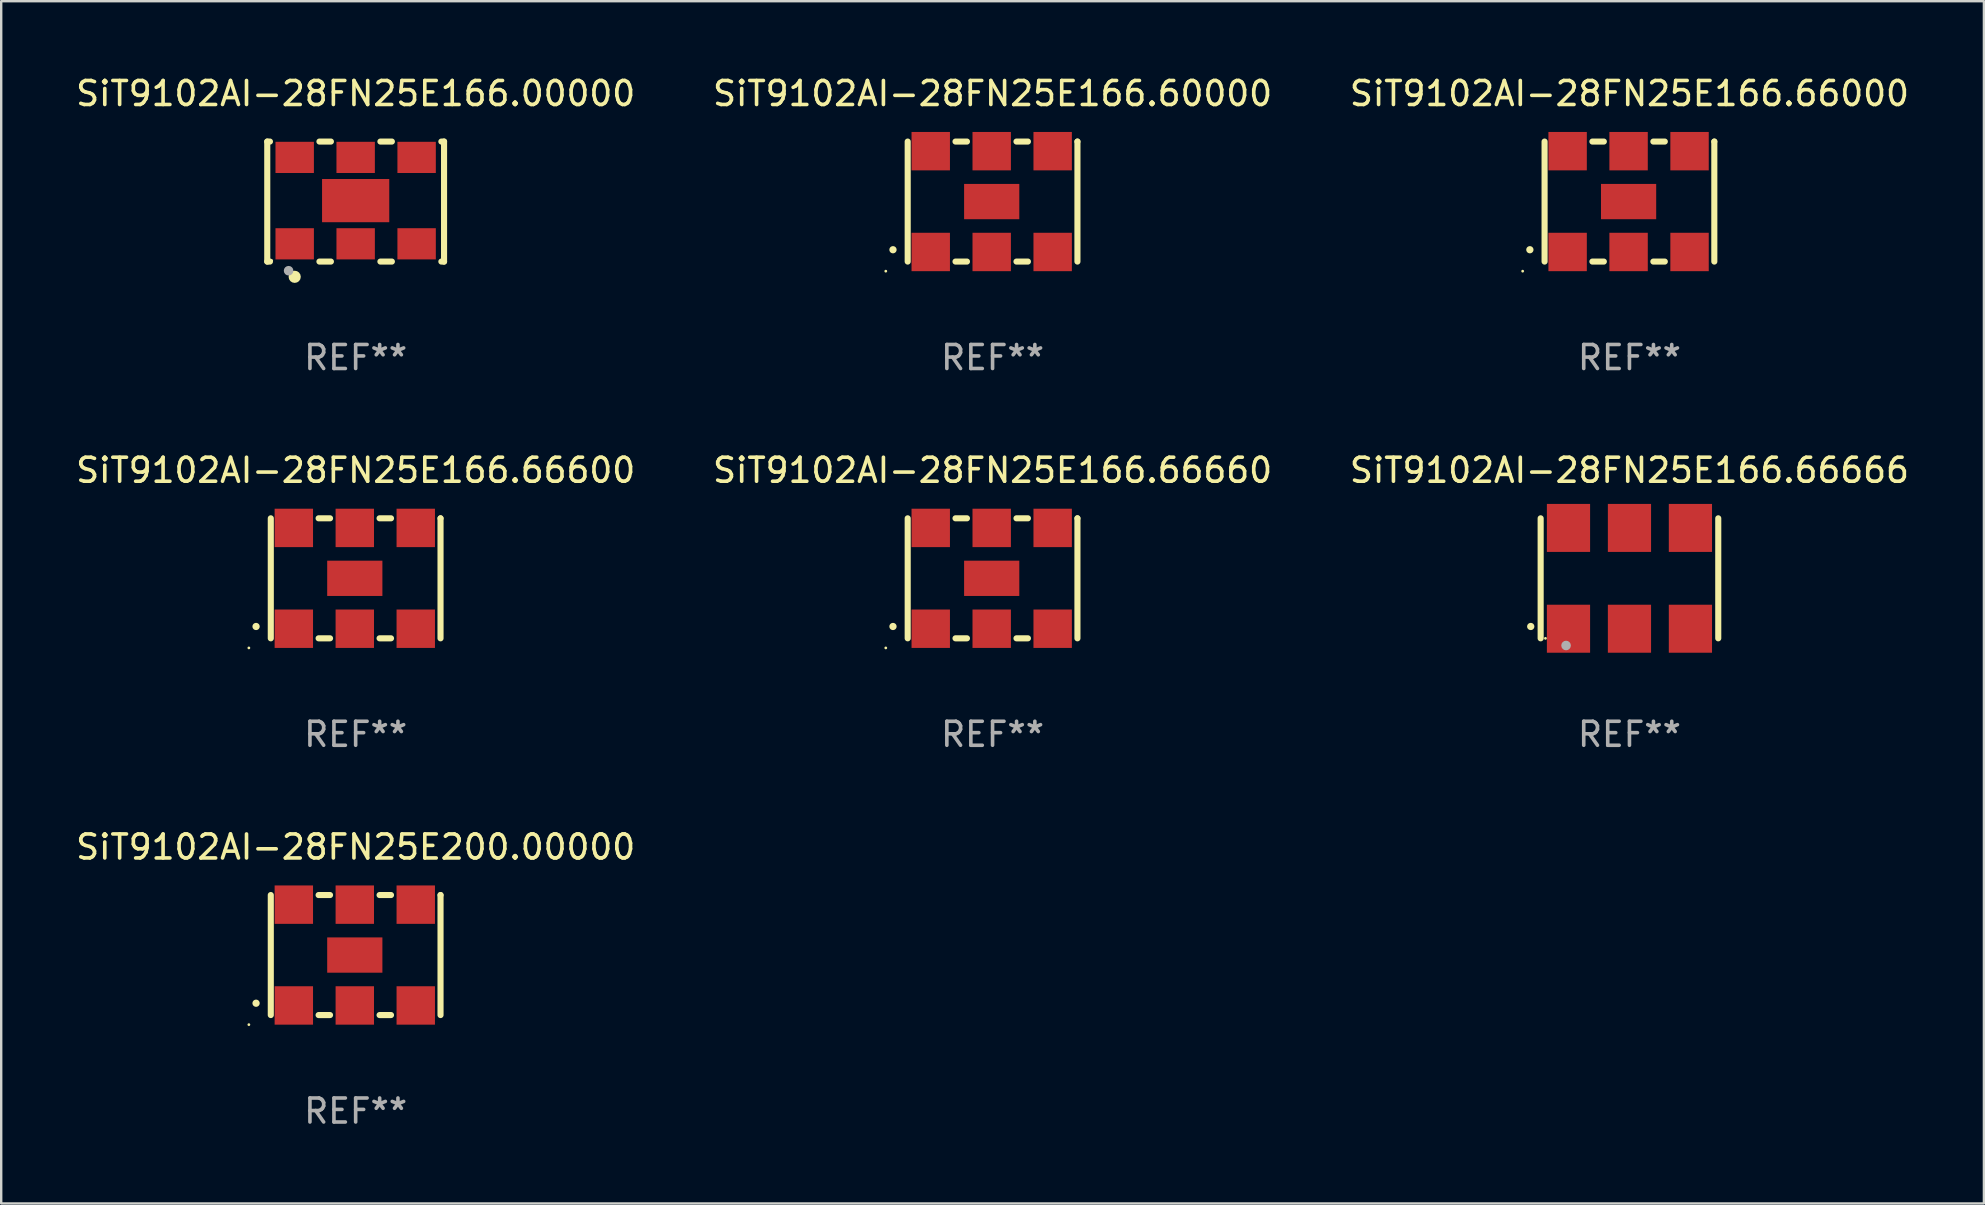
<source format=kicad_pcb>
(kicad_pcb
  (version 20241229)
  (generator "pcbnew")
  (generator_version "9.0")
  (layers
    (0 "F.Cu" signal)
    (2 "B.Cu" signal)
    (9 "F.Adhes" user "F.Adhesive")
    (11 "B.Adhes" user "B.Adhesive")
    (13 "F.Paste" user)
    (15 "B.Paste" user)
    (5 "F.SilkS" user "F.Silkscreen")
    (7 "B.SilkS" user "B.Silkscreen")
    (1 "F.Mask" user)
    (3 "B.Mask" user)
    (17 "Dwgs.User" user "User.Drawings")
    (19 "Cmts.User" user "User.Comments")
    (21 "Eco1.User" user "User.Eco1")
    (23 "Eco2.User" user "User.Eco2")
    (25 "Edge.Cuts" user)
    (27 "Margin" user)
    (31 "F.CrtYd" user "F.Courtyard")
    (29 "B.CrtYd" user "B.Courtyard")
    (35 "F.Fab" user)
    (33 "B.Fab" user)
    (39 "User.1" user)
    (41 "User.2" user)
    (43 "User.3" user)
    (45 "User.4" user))
  (footprint "SiT9102AI-28FN25E166.66660"
    (layer "F.Cu")
    (at 38.304 21.045)
    (property "Reference" "SiT9102AI-28FN25E166.66660" (at 0 -4.5 0) (layer "F.SilkS") (effects (font (size 1 1) (thickness 0.15))))
    (attr through_hole)
    (fp_line (start -3.536 -2.5) (end -3.536 2.5) (stroke (width 0.254) (type solid)) (layer "F.SilkS"))
    (fp_line (start -1.544 2.5) (end -1.067 2.5) (stroke (width 0.254) (type solid)) (layer "F.SilkS"))
    (fp_line (start -1.067 -2.5) (end -1.544 -2.5) (stroke (width 0.254) (type solid)) (layer "F.SilkS"))
    (fp_line (start 0.996 2.5) (end 1.473 2.5) (stroke (width 0.254) (type solid)) (layer "F.SilkS"))
    (fp_line (start 1.473 -2.5) (end 0.996 -2.5) (stroke (width 0.254) (type solid)) (layer "F.SilkS"))
    (fp_line (start 3.536 -2.5) (end 3.536 -2.5) (stroke (width 0.254) (type solid)) (layer "F.SilkS"))
    (fp_line (start 3.536 2.5) (end 3.536 -2.5) (stroke (width 0.254) (type solid)) (layer "F.SilkS"))
    (fp_arc (start -4.150432 2.006604) (mid -4.149162 2.006599) (end -4.147892 2.006604) (stroke (width 0.3) (type solid)) (layer "F.SilkS"))
    (fp_circle (center -4.449 2.9) (end -4.419 2.9) (stroke (width 0.06) (type solid)) (fill no) (layer "F.SilkS"))
    (fp_text user "REF**" (at 0 6.5 0) (layer "F.Fab") (effects (font (size 1 1) (thickness 0.15))))
    (pad "1" smd rect (at -2.576 2.1) (size 1.6 1.6) (layers "F.Cu" "F.Mask" "F.Paste"))
    (pad "2" smd rect (at -0.036 2.1) (size 1.6 1.6) (layers "F.Cu" "F.Mask" "F.Paste"))
    (pad "3" smd rect (at 2.504 2.1) (size 1.6 1.6) (layers "F.Cu" "F.Mask" "F.Paste"))
    (pad "4" smd rect (at 2.504 -2.1) (size 1.6 1.6) (layers "F.Cu" "F.Mask" "F.Paste"))
    (pad "5" smd rect (at -0.036 -2.1) (size 1.6 1.6) (layers "F.Cu" "F.Mask" "F.Paste"))
    (pad "6" smd rect (at -2.576 -2.1) (size 1.6 1.6) (layers "F.Cu" "F.Mask" "F.Paste"))
    (pad "7" smd rect (at -0.036 0) (size 2.3 1.47) (layers "F.Cu" "F.Mask" "F.Paste")))
  (footprint "SiT9102AI-28FN25E200.00000"
    (layer "F.Cu")
    (at 11.768 36.741)
    (property "Reference" "SiT9102AI-28FN25E200.00000" (at 0 -4.5 0) (layer "F.SilkS") (effects (font (size 1 1) (thickness 0.15))))
    (attr through_hole)
    (fp_line (start -3.536 -2.5) (end -3.536 2.5) (stroke (width 0.254) (type solid)) (layer "F.SilkS"))
    (fp_line (start -1.544 2.5) (end -1.067 2.5) (stroke (width 0.254) (type solid)) (layer "F.SilkS"))
    (fp_line (start -1.067 -2.5) (end -1.544 -2.5) (stroke (width 0.254) (type solid)) (layer "F.SilkS"))
    (fp_line (start 0.996 2.5) (end 1.473 2.5) (stroke (width 0.254) (type solid)) (layer "F.SilkS"))
    (fp_line (start 1.473 -2.5) (end 0.996 -2.5) (stroke (width 0.254) (type solid)) (layer "F.SilkS"))
    (fp_line (start 3.536 -2.5) (end 3.536 -2.5) (stroke (width 0.254) (type solid)) (layer "F.SilkS"))
    (fp_line (start 3.536 2.5) (end 3.536 -2.5) (stroke (width 0.254) (type solid)) (layer "F.SilkS"))
    (fp_arc (start -4.150432 2.006604) (mid -4.149162 2.006599) (end -4.147892 2.006604) (stroke (width 0.3) (type solid)) (layer "F.SilkS"))
    (fp_circle (center -4.449 2.9) (end -4.419 2.9) (stroke (width 0.06) (type solid)) (fill no) (layer "F.SilkS"))
    (fp_text user "REF**" (at 0 6.5 0) (layer "F.Fab") (effects (font (size 1 1) (thickness 0.15))))
    (pad "1" smd rect (at -2.576 2.1) (size 1.6 1.6) (layers "F.Cu" "F.Mask" "F.Paste"))
    (pad "2" smd rect (at -0.036 2.1) (size 1.6 1.6) (layers "F.Cu" "F.Mask" "F.Paste"))
    (pad "3" smd rect (at 2.504 2.1) (size 1.6 1.6) (layers "F.Cu" "F.Mask" "F.Paste"))
    (pad "4" smd rect (at 2.504 -2.1) (size 1.6 1.6) (layers "F.Cu" "F.Mask" "F.Paste"))
    (pad "5" smd rect (at -0.036 -2.1) (size 1.6 1.6) (layers "F.Cu" "F.Mask" "F.Paste"))
    (pad "6" smd rect (at -2.576 -2.1) (size 1.6 1.6) (layers "F.Cu" "F.Mask" "F.Paste"))
    (pad "7" smd rect (at -0.036 0) (size 2.3 1.47) (layers "F.Cu" "F.Mask" "F.Paste")))
  (footprint "SiT9102AI-28FN25E166.00000"
    (layer "F.Cu")
    (at 11.768 5.348)
    (property "Reference" "SiT9102AI-28FN25E166.00000" (at 0 -4.5 0) (layer "F.SilkS") (effects (font (size 1 1) (thickness 0.15))))
    (attr through_hole)
    (fp_line (start -3.683 -2.5) (end -3.571 -2.5) (stroke (width 0.254) (type solid)) (layer "F.SilkS"))
    (fp_line (start -3.683 2.5) (end -3.683 -2.5) (stroke (width 0.254) (type solid)) (layer "F.SilkS"))
    (fp_line (start -3.683 2.5) (end -3.571 2.5) (stroke (width 0.254) (type solid)) (layer "F.SilkS"))
    (fp_line (start -1.509 -2.5) (end -1.031 -2.5) (stroke (width 0.254) (type solid)) (layer "F.SilkS"))
    (fp_line (start -1.509 2.5) (end -1.031 2.5) (stroke (width 0.254) (type solid)) (layer "F.SilkS"))
    (fp_line (start 1.031 -2.5) (end 1.509 -2.5) (stroke (width 0.254) (type solid)) (layer "F.SilkS"))
    (fp_line (start 1.031 2.5) (end 1.509 2.5) (stroke (width 0.254) (type solid)) (layer "F.SilkS"))
    (fp_line (start 3.571 -2.5) (end 3.683 -2.5) (stroke (width 0.254) (type solid)) (layer "F.SilkS"))
    (fp_line (start 3.571 2.5) (end 3.683 2.5) (stroke (width 0.254) (type solid)) (layer "F.SilkS"))
    (fp_line (start 3.683 2.5) (end 3.683 -2.5) (stroke (width 0.254) (type solid)) (layer "F.SilkS"))
    (fp_circle (center -3.5 2.46) (end -3.47 2.46) (stroke (width 0.06) (type solid)) (fill no) (layer "F.SilkS"))
    (fp_circle (center -2.54 3.135) (end -2.413 3.135) (stroke (width 0.254) (type solid)) (fill no) (layer "F.SilkS"))
    (fp_circle (center -2.794 2.881) (end -2.694 2.881) (stroke (width 0.2) (type solid)) (fill no) (layer "F.Fab"))
    (fp_text user "REF**" (at 0 6.5 0) (layer "F.Fab") (effects (font (size 1 1) (thickness 0.15))))
    (pad "1" smd rect (at -2.54 1.76) (size 1.6 1.3) (layers "F.Cu" "F.Mask" "F.Paste"))
    (pad "2" smd rect (at 0 1.76) (size 1.6 1.3) (layers "F.Cu" "F.Mask" "F.Paste"))
    (pad "3" smd rect (at 2.54 1.76) (size 1.6 1.3) (layers "F.Cu" "F.Mask" "F.Paste"))
    (pad "4" smd rect (at 2.54 -1.84) (size 1.6 1.3) (layers "F.Cu" "F.Mask" "F.Paste"))
    (pad "5" smd rect (at 0 -1.84) (size 1.6 1.3) (layers "F.Cu" "F.Mask" "F.Paste"))
    (pad "6" smd rect (at -2.54 -1.84) (size 1.6 1.3) (layers "F.Cu" "F.Mask" "F.Paste"))
    (pad "7" smd rect (at 0 -0.04) (size 2.8 1.8) (layers "F.Cu" "F.Mask" "F.Paste")))
  (footprint "SiT9102AI-28FN25E166.60000"
    (layer "F.Cu")
    (at 38.304 5.348)
    (property "Reference" "SiT9102AI-28FN25E166.60000" (at 0 -4.5 0) (layer "F.SilkS") (effects (font (size 1 1) (thickness 0.15))))
    (attr through_hole)
    (fp_line (start -3.536 -2.5) (end -3.536 2.5) (stroke (width 0.254) (type solid)) (layer "F.SilkS"))
    (fp_line (start -1.544 2.5) (end -1.067 2.5) (stroke (width 0.254) (type solid)) (layer "F.SilkS"))
    (fp_line (start -1.067 -2.5) (end -1.544 -2.5) (stroke (width 0.254) (type solid)) (layer "F.SilkS"))
    (fp_line (start 0.996 2.5) (end 1.473 2.5) (stroke (width 0.254) (type solid)) (layer "F.SilkS"))
    (fp_line (start 1.473 -2.5) (end 0.996 -2.5) (stroke (width 0.254) (type solid)) (layer "F.SilkS"))
    (fp_line (start 3.536 -2.5) (end 3.536 -2.5) (stroke (width 0.254) (type solid)) (layer "F.SilkS"))
    (fp_line (start 3.536 2.5) (end 3.536 -2.5) (stroke (width 0.254) (type solid)) (layer "F.SilkS"))
    (fp_arc (start -4.150432 2.006604) (mid -4.149162 2.006599) (end -4.147892 2.006604) (stroke (width 0.3) (type solid)) (layer "F.SilkS"))
    (fp_circle (center -4.449 2.9) (end -4.419 2.9) (stroke (width 0.06) (type solid)) (fill no) (layer "F.SilkS"))
    (fp_text user "REF**" (at 0 6.5 0) (layer "F.Fab") (effects (font (size 1 1) (thickness 0.15))))
    (pad "1" smd rect (at -2.576 2.1) (size 1.6 1.6) (layers "F.Cu" "F.Mask" "F.Paste"))
    (pad "2" smd rect (at -0.036 2.1) (size 1.6 1.6) (layers "F.Cu" "F.Mask" "F.Paste"))
    (pad "3" smd rect (at 2.504 2.1) (size 1.6 1.6) (layers "F.Cu" "F.Mask" "F.Paste"))
    (pad "4" smd rect (at 2.504 -2.1) (size 1.6 1.6) (layers "F.Cu" "F.Mask" "F.Paste"))
    (pad "5" smd rect (at -0.036 -2.1) (size 1.6 1.6) (layers "F.Cu" "F.Mask" "F.Paste"))
    (pad "6" smd rect (at -2.576 -2.1) (size 1.6 1.6) (layers "F.Cu" "F.Mask" "F.Paste"))
    (pad "7" smd rect (at -0.036 0) (size 2.3 1.47) (layers "F.Cu" "F.Mask" "F.Paste")))
  (footprint "SiT9102AI-28FN25E166.66600"
    (layer "F.Cu")
    (at 11.768 21.045)
    (property "Reference" "SiT9102AI-28FN25E166.66600" (at 0 -4.5 0) (layer "F.SilkS") (effects (font (size 1 1) (thickness 0.15))))
    (attr through_hole)
    (fp_line (start -3.536 -2.5) (end -3.536 2.5) (stroke (width 0.254) (type solid)) (layer "F.SilkS"))
    (fp_line (start -1.544 2.5) (end -1.067 2.5) (stroke (width 0.254) (type solid)) (layer "F.SilkS"))
    (fp_line (start -1.067 -2.5) (end -1.544 -2.5) (stroke (width 0.254) (type solid)) (layer "F.SilkS"))
    (fp_line (start 0.996 2.5) (end 1.473 2.5) (stroke (width 0.254) (type solid)) (layer "F.SilkS"))
    (fp_line (start 1.473 -2.5) (end 0.996 -2.5) (stroke (width 0.254) (type solid)) (layer "F.SilkS"))
    (fp_line (start 3.536 -2.5) (end 3.536 -2.5) (stroke (width 0.254) (type solid)) (layer "F.SilkS"))
    (fp_line (start 3.536 2.5) (end 3.536 -2.5) (stroke (width 0.254) (type solid)) (layer "F.SilkS"))
    (fp_arc (start -4.150432 2.006604) (mid -4.149162 2.006599) (end -4.147892 2.006604) (stroke (width 0.3) (type solid)) (layer "F.SilkS"))
    (fp_circle (center -4.449 2.9) (end -4.419 2.9) (stroke (width 0.06) (type solid)) (fill no) (layer "F.SilkS"))
    (fp_text user "REF**" (at 0 6.5 0) (layer "F.Fab") (effects (font (size 1 1) (thickness 0.15))))
    (pad "1" smd rect (at -2.576 2.1) (size 1.6 1.6) (layers "F.Cu" "F.Mask" "F.Paste"))
    (pad "2" smd rect (at -0.036 2.1) (size 1.6 1.6) (layers "F.Cu" "F.Mask" "F.Paste"))
    (pad "3" smd rect (at 2.504 2.1) (size 1.6 1.6) (layers "F.Cu" "F.Mask" "F.Paste"))
    (pad "4" smd rect (at 2.504 -2.1) (size 1.6 1.6) (layers "F.Cu" "F.Mask" "F.Paste"))
    (pad "5" smd rect (at -0.036 -2.1) (size 1.6 1.6) (layers "F.Cu" "F.Mask" "F.Paste"))
    (pad "6" smd rect (at -2.576 -2.1) (size 1.6 1.6) (layers "F.Cu" "F.Mask" "F.Paste"))
    (pad "7" smd rect (at -0.036 0) (size 2.3 1.47) (layers "F.Cu" "F.Mask" "F.Paste")))
  (footprint "SiT9102AI-28FN25E166.66000"
    (layer "F.Cu")
    (at 64.839 5.348)
    (property "Reference" "SiT9102AI-28FN25E166.66000" (at 0 -4.5 0) (layer "F.SilkS") (effects (font (size 1 1) (thickness 0.15))))
    (attr through_hole)
    (fp_line (start -3.536 -2.5) (end -3.536 2.5) (stroke (width 0.254) (type solid)) (layer "F.SilkS"))
    (fp_line (start -1.544 2.5) (end -1.067 2.5) (stroke (width 0.254) (type solid)) (layer "F.SilkS"))
    (fp_line (start -1.067 -2.5) (end -1.544 -2.5) (stroke (width 0.254) (type solid)) (layer "F.SilkS"))
    (fp_line (start 0.996 2.5) (end 1.473 2.5) (stroke (width 0.254) (type solid)) (layer "F.SilkS"))
    (fp_line (start 1.473 -2.5) (end 0.996 -2.5) (stroke (width 0.254) (type solid)) (layer "F.SilkS"))
    (fp_line (start 3.536 -2.5) (end 3.536 -2.5) (stroke (width 0.254) (type solid)) (layer "F.SilkS"))
    (fp_line (start 3.536 2.5) (end 3.536 -2.5) (stroke (width 0.254) (type solid)) (layer "F.SilkS"))
    (fp_arc (start -4.150432 2.006604) (mid -4.149162 2.006599) (end -4.147892 2.006604) (stroke (width 0.3) (type solid)) (layer "F.SilkS"))
    (fp_circle (center -4.449 2.9) (end -4.419 2.9) (stroke (width 0.06) (type solid)) (fill no) (layer "F.SilkS"))
    (fp_text user "REF**" (at 0 6.5 0) (layer "F.Fab") (effects (font (size 1 1) (thickness 0.15))))
    (pad "1" smd rect (at -2.576 2.1) (size 1.6 1.6) (layers "F.Cu" "F.Mask" "F.Paste"))
    (pad "2" smd rect (at -0.036 2.1) (size 1.6 1.6) (layers "F.Cu" "F.Mask" "F.Paste"))
    (pad "3" smd rect (at 2.504 2.1) (size 1.6 1.6) (layers "F.Cu" "F.Mask" "F.Paste"))
    (pad "4" smd rect (at 2.504 -2.1) (size 1.6 1.6) (layers "F.Cu" "F.Mask" "F.Paste"))
    (pad "5" smd rect (at -0.036 -2.1) (size 1.6 1.6) (layers "F.Cu" "F.Mask" "F.Paste"))
    (pad "6" smd rect (at -2.576 -2.1) (size 1.6 1.6) (layers "F.Cu" "F.Mask" "F.Paste"))
    (pad "7" smd rect (at -0.036 0) (size 2.3 1.47) (layers "F.Cu" "F.Mask" "F.Paste")))
  (footprint "SiT9102AI-28FN25E166.66666"
    (layer "F.Cu")
    (at 64.839 21.045)
    (property "Reference" "SiT9102AI-28FN25E166.66666" (at 0 -4.5 0) (layer "F.SilkS") (effects (font (size 1 1) (thickness 0.15))))
    (attr through_hole)
    (fp_line (start -3.7 -2.5) (end -3.7 2.5) (stroke (width 0.254) (type solid)) (layer "F.SilkS"))
    (fp_line (start 3.7 -2.5) (end 3.7 2.5) (stroke (width 0.254) (type solid)) (layer "F.SilkS"))
    (fp_arc (start -4.114415 2.006604) (mid -4.113145 2.006599) (end -4.111875 2.006604) (stroke (width 0.3) (type solid)) (layer "F.SilkS"))
    (fp_circle (center -3.5 2.501) (end -3.47 2.501) (stroke (width 0.06) (type solid)) (fill no) (layer "F.SilkS"))
    (fp_circle (center -2.641 2.799) (end -2.541 2.799) (stroke (width 0.2) (type solid)) (fill no) (layer "F.Fab"))
    (fp_text user "REF**" (at 0 6.5 0) (layer "F.Fab") (effects (font (size 1 1) (thickness 0.15))))
    (pad "1" smd rect (at -2.54 2.1) (size 1.8 2) (layers "F.Cu" "F.Mask" "F.Paste"))
    (pad "2" smd rect (at 0.000394 2.1) (size 1.8 2) (layers "F.Cu" "F.Mask" "F.Paste"))
    (pad "3" smd rect (at 2.54 2.1) (size 1.8 2) (layers "F.Cu" "F.Mask" "F.Paste"))
    (pad "4" smd rect (at 2.54 -2.1) (size 1.8 2) (layers "F.Cu" "F.Mask" "F.Paste"))
    (pad "5" smd rect (at 0.000394 -2.1) (size 1.8 2) (layers "F.Cu" "F.Mask" "F.Paste"))
    (pad "6" smd rect (at -2.54 -2.1) (size 1.8 2) (layers "F.Cu" "F.Mask" "F.Paste")))
  (gr_rect
    (start -3 -3)
    (end 79.607 47.09)
    (stroke (width 0.1) (type default))
    (fill no)
    (layer "Edge.Cuts")))
</source>
